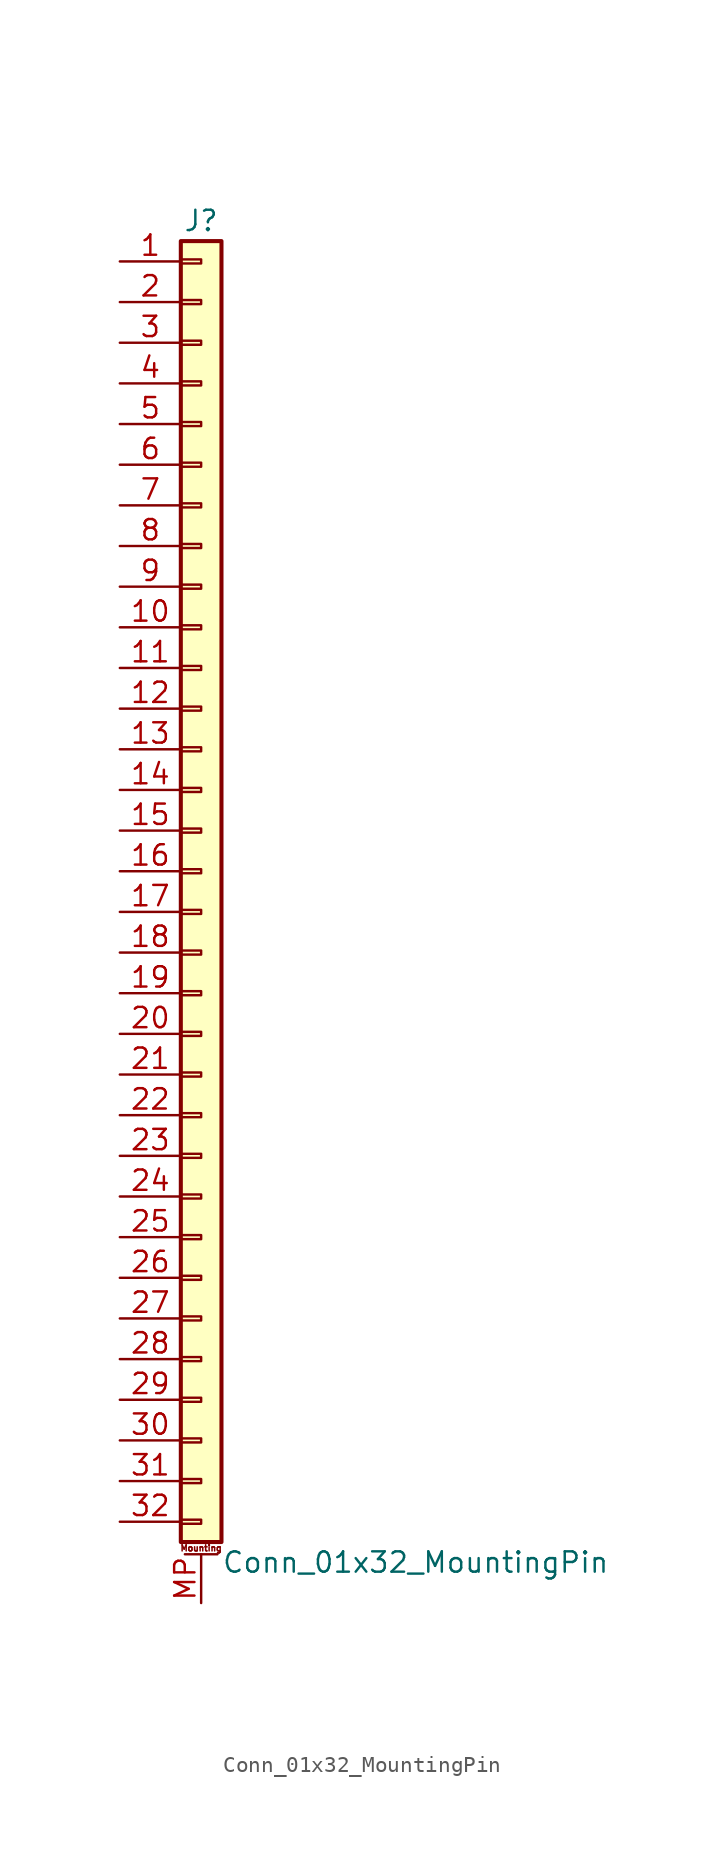
<source format=kicad_sym>
(kicad_symbol_lib
  (version 20220914)
  (generator kicad_symbol_editor)
  (symbol "Conn_01x32_MountingPin"
    (pin_names
      (offset 1.016) hide)
    (property "Reference" "J"
      (at 0 40.64 0)
      (effects (font (size 1.27 1.27))))
    (property "Value" "Conn_01x32_MountingPin"
      (at 1.27 -43.18 0)
      (effects (font (size 1.27 1.27)) (justify left)))
    (symbol "Conn_01x32_MountingPin_1_1"
      (rectangle (start -1.27 -40.513) (end 0 -40.767) (stroke (width 0.152) (type default)) (fill (type none)))
      (rectangle (start -1.27 -37.973) (end 0 -38.227) (stroke (width 0.152) (type default)) (fill (type none)))
      (rectangle (start -1.27 -35.433) (end 0 -35.687) (stroke (width 0.152) (type default)) (fill (type none)))
      (rectangle (start -1.27 -32.893) (end 0 -33.147) (stroke (width 0.152) (type default)) (fill (type none)))
      (rectangle (start -1.27 -30.353) (end 0 -30.607) (stroke (width 0.152) (type default)) (fill (type none)))
      (rectangle (start -1.27 -27.813) (end 0 -28.067) (stroke (width 0.152) (type default)) (fill (type none)))
      (rectangle (start -1.27 -25.273) (end 0 -25.527) (stroke (width 0.152) (type default)) (fill (type none)))
      (rectangle (start -1.27 -22.733) (end 0 -22.987) (stroke (width 0.152) (type default)) (fill (type none)))
      (rectangle (start -1.27 -20.193) (end 0 -20.447) (stroke (width 0.152) (type default)) (fill (type none)))
      (rectangle (start -1.27 -17.653) (end 0 -17.907) (stroke (width 0.152) (type default)) (fill (type none)))
      (rectangle (start -1.27 -15.113) (end 0 -15.367) (stroke (width 0.152) (type default)) (fill (type none)))
      (rectangle (start -1.27 -12.573) (end 0 -12.827) (stroke (width 0.152) (type default)) (fill (type none)))
      (rectangle (start -1.27 -10.033) (end 0 -10.287) (stroke (width 0.152) (type default)) (fill (type none)))
      (rectangle (start -1.27 -7.493) (end 0 -7.747) (stroke (width 0.152) (type default)) (fill (type none)))
      (rectangle (start -1.27 -4.953) (end 0 -5.207) (stroke (width 0.152) (type default)) (fill (type none)))
      (rectangle (start -1.27 -2.413) (end 0 -2.667) (stroke (width 0.152) (type default)) (fill (type none)))
      (rectangle (start -1.27 0.127) (end 0 -0.127) (stroke (width 0.152) (type default)) (fill (type none)))
      (rectangle (start -1.27 2.667) (end 0 2.413) (stroke (width 0.152) (type default)) (fill (type none)))
      (rectangle (start -1.27 5.207) (end 0 4.953) (stroke (width 0.152) (type default)) (fill (type none)))
      (rectangle (start -1.27 7.747) (end 0 7.493) (stroke (width 0.152) (type default)) (fill (type none)))
      (rectangle (start -1.27 10.287) (end 0 10.033) (stroke (width 0.152) (type default)) (fill (type none)))
      (rectangle (start -1.27 12.827) (end 0 12.573) (stroke (width 0.152) (type default)) (fill (type none)))
      (rectangle (start -1.27 15.367) (end 0 15.113) (stroke (width 0.152) (type default)) (fill (type none)))
      (rectangle (start -1.27 17.907) (end 0 17.653) (stroke (width 0.152) (type default)) (fill (type none)))
      (rectangle (start -1.27 20.447) (end 0 20.193) (stroke (width 0.152) (type default)) (fill (type none)))
      (rectangle (start -1.27 22.987) (end 0 22.733) (stroke (width 0.152) (type default)) (fill (type none)))
      (rectangle (start -1.27 25.527) (end 0 25.273) (stroke (width 0.152) (type default)) (fill (type none)))
      (rectangle (start -1.27 28.067) (end 0 27.813) (stroke (width 0.152) (type default)) (fill (type none)))
      (rectangle (start -1.27 30.607) (end 0 30.353) (stroke (width 0.152) (type default)) (fill (type none)))
      (rectangle (start -1.27 33.147) (end 0 32.893) (stroke (width 0.152) (type default)) (fill (type none)))
      (rectangle (start -1.27 35.687) (end 0 35.433) (stroke (width 0.152) (type default)) (fill (type none)))
      (rectangle (start -1.27 38.227) (end 0 37.973) (stroke (width 0.152) (type default)) (fill (type none)))
      (rectangle (start -1.27 39.37) (end 1.27 -41.91) (stroke (width 0.254) (type default)) (fill (type background)))
      (polyline (pts (xy -1.016 -42.672) (xy 1.016 -42.672)) (stroke (width 0.152) (type default)) (fill (type none)))
      (text "Mounting" (at 0 -42.291 0) (effects (font (size 0.381 0.381))))
      (pin passive line (at -5.08 38.1 0) (length 3.81) (name "Pin_1" (effects (font (size 1.27 1.27)))) (number "1" (effects (font (size 1.27 1.27)))))
      (pin passive line (at -5.08 15.24 0) (length 3.81) (name "Pin_10" (effects (font (size 1.27 1.27)))) (number "10" (effects (font (size 1.27 1.27)))))
      (pin passive line (at -5.08 12.7 0) (length 3.81) (name "Pin_11" (effects (font (size 1.27 1.27)))) (number "11" (effects (font (size 1.27 1.27)))))
      (pin passive line (at -5.08 10.16 0) (length 3.81) (name "Pin_12" (effects (font (size 1.27 1.27)))) (number "12" (effects (font (size 1.27 1.27)))))
      (pin passive line (at -5.08 7.62 0) (length 3.81) (name "Pin_13" (effects (font (size 1.27 1.27)))) (number "13" (effects (font (size 1.27 1.27)))))
      (pin passive line (at -5.08 5.08 0) (length 3.81) (name "Pin_14" (effects (font (size 1.27 1.27)))) (number "14" (effects (font (size 1.27 1.27)))))
      (pin passive line (at -5.08 2.54 0) (length 3.81) (name "Pin_15" (effects (font (size 1.27 1.27)))) (number "15" (effects (font (size 1.27 1.27)))))
      (pin passive line (at -5.08 0 0) (length 3.81) (name "Pin_16" (effects (font (size 1.27 1.27)))) (number "16" (effects (font (size 1.27 1.27)))))
      (pin passive line (at -5.08 -2.54 0) (length 3.81) (name "Pin_17" (effects (font (size 1.27 1.27)))) (number "17" (effects (font (size 1.27 1.27)))))
      (pin passive line (at -5.08 -5.08 0) (length 3.81) (name "Pin_18" (effects (font (size 1.27 1.27)))) (number "18" (effects (font (size 1.27 1.27)))))
      (pin passive line (at -5.08 -7.62 0) (length 3.81) (name "Pin_19" (effects (font (size 1.27 1.27)))) (number "19" (effects (font (size 1.27 1.27)))))
      (pin passive line (at -5.08 35.56 0) (length 3.81) (name "Pin_2" (effects (font (size 1.27 1.27)))) (number "2" (effects (font (size 1.27 1.27)))))
      (pin passive line (at -5.08 -10.16 0) (length 3.81) (name "Pin_20" (effects (font (size 1.27 1.27)))) (number "20" (effects (font (size 1.27 1.27)))))
      (pin passive line (at -5.08 -12.7 0) (length 3.81) (name "Pin_21" (effects (font (size 1.27 1.27)))) (number "21" (effects (font (size 1.27 1.27)))))
      (pin passive line (at -5.08 -15.24 0) (length 3.81) (name "Pin_22" (effects (font (size 1.27 1.27)))) (number "22" (effects (font (size 1.27 1.27)))))
      (pin passive line (at -5.08 -17.78 0) (length 3.81) (name "Pin_23" (effects (font (size 1.27 1.27)))) (number "23" (effects (font (size 1.27 1.27)))))
      (pin passive line (at -5.08 -20.32 0) (length 3.81) (name "Pin_24" (effects (font (size 1.27 1.27)))) (number "24" (effects (font (size 1.27 1.27)))))
      (pin passive line (at -5.08 -22.86 0) (length 3.81) (name "Pin_25" (effects (font (size 1.27 1.27)))) (number "25" (effects (font (size 1.27 1.27)))))
      (pin passive line (at -5.08 -25.4 0) (length 3.81) (name "Pin_26" (effects (font (size 1.27 1.27)))) (number "26" (effects (font (size 1.27 1.27)))))
      (pin passive line (at -5.08 -27.94 0) (length 3.81) (name "Pin_27" (effects (font (size 1.27 1.27)))) (number "27" (effects (font (size 1.27 1.27)))))
      (pin passive line (at -5.08 -30.48 0) (length 3.81) (name "Pin_28" (effects (font (size 1.27 1.27)))) (number "28" (effects (font (size 1.27 1.27)))))
      (pin passive line (at -5.08 -33.02 0) (length 3.81) (name "Pin_29" (effects (font (size 1.27 1.27)))) (number "29" (effects (font (size 1.27 1.27)))))
      (pin passive line (at -5.08 33.02 0) (length 3.81) (name "Pin_3" (effects (font (size 1.27 1.27)))) (number "3" (effects (font (size 1.27 1.27)))))
      (pin passive line (at -5.08 -35.56 0) (length 3.81) (name "Pin_30" (effects (font (size 1.27 1.27)))) (number "30" (effects (font (size 1.27 1.27)))))
      (pin passive line (at -5.08 -38.1 0) (length 3.81) (name "Pin_31" (effects (font (size 1.27 1.27)))) (number "31" (effects (font (size 1.27 1.27)))))
      (pin passive line (at -5.08 -40.64 0) (length 3.81) (name "Pin_32" (effects (font (size 1.27 1.27)))) (number "32" (effects (font (size 1.27 1.27)))))
      (pin passive line (at -5.08 30.48 0) (length 3.81) (name "Pin_4" (effects (font (size 1.27 1.27)))) (number "4" (effects (font (size 1.27 1.27)))))
      (pin passive line (at -5.08 27.94 0) (length 3.81) (name "Pin_5" (effects (font (size 1.27 1.27)))) (number "5" (effects (font (size 1.27 1.27)))))
      (pin passive line (at -5.08 25.4 0) (length 3.81) (name "Pin_6" (effects (font (size 1.27 1.27)))) (number "6" (effects (font (size 1.27 1.27)))))
      (pin passive line (at -5.08 22.86 0) (length 3.81) (name "Pin_7" (effects (font (size 1.27 1.27)))) (number "7" (effects (font (size 1.27 1.27)))))
      (pin passive line (at -5.08 20.32 0) (length 3.81) (name "Pin_8" (effects (font (size 1.27 1.27)))) (number "8" (effects (font (size 1.27 1.27)))))
      (pin passive line (at -5.08 17.78 0) (length 3.81) (name "Pin_9" (effects (font (size 1.27 1.27)))) (number "9" (effects (font (size 1.27 1.27)))))
      (pin passive line (at 0 -45.72 90) (length 3.048) (name "MountPin" (effects (font (size 1.27 1.27)))) (number "MP" (effects (font (size 1.27 1.27))))))))
</source>
